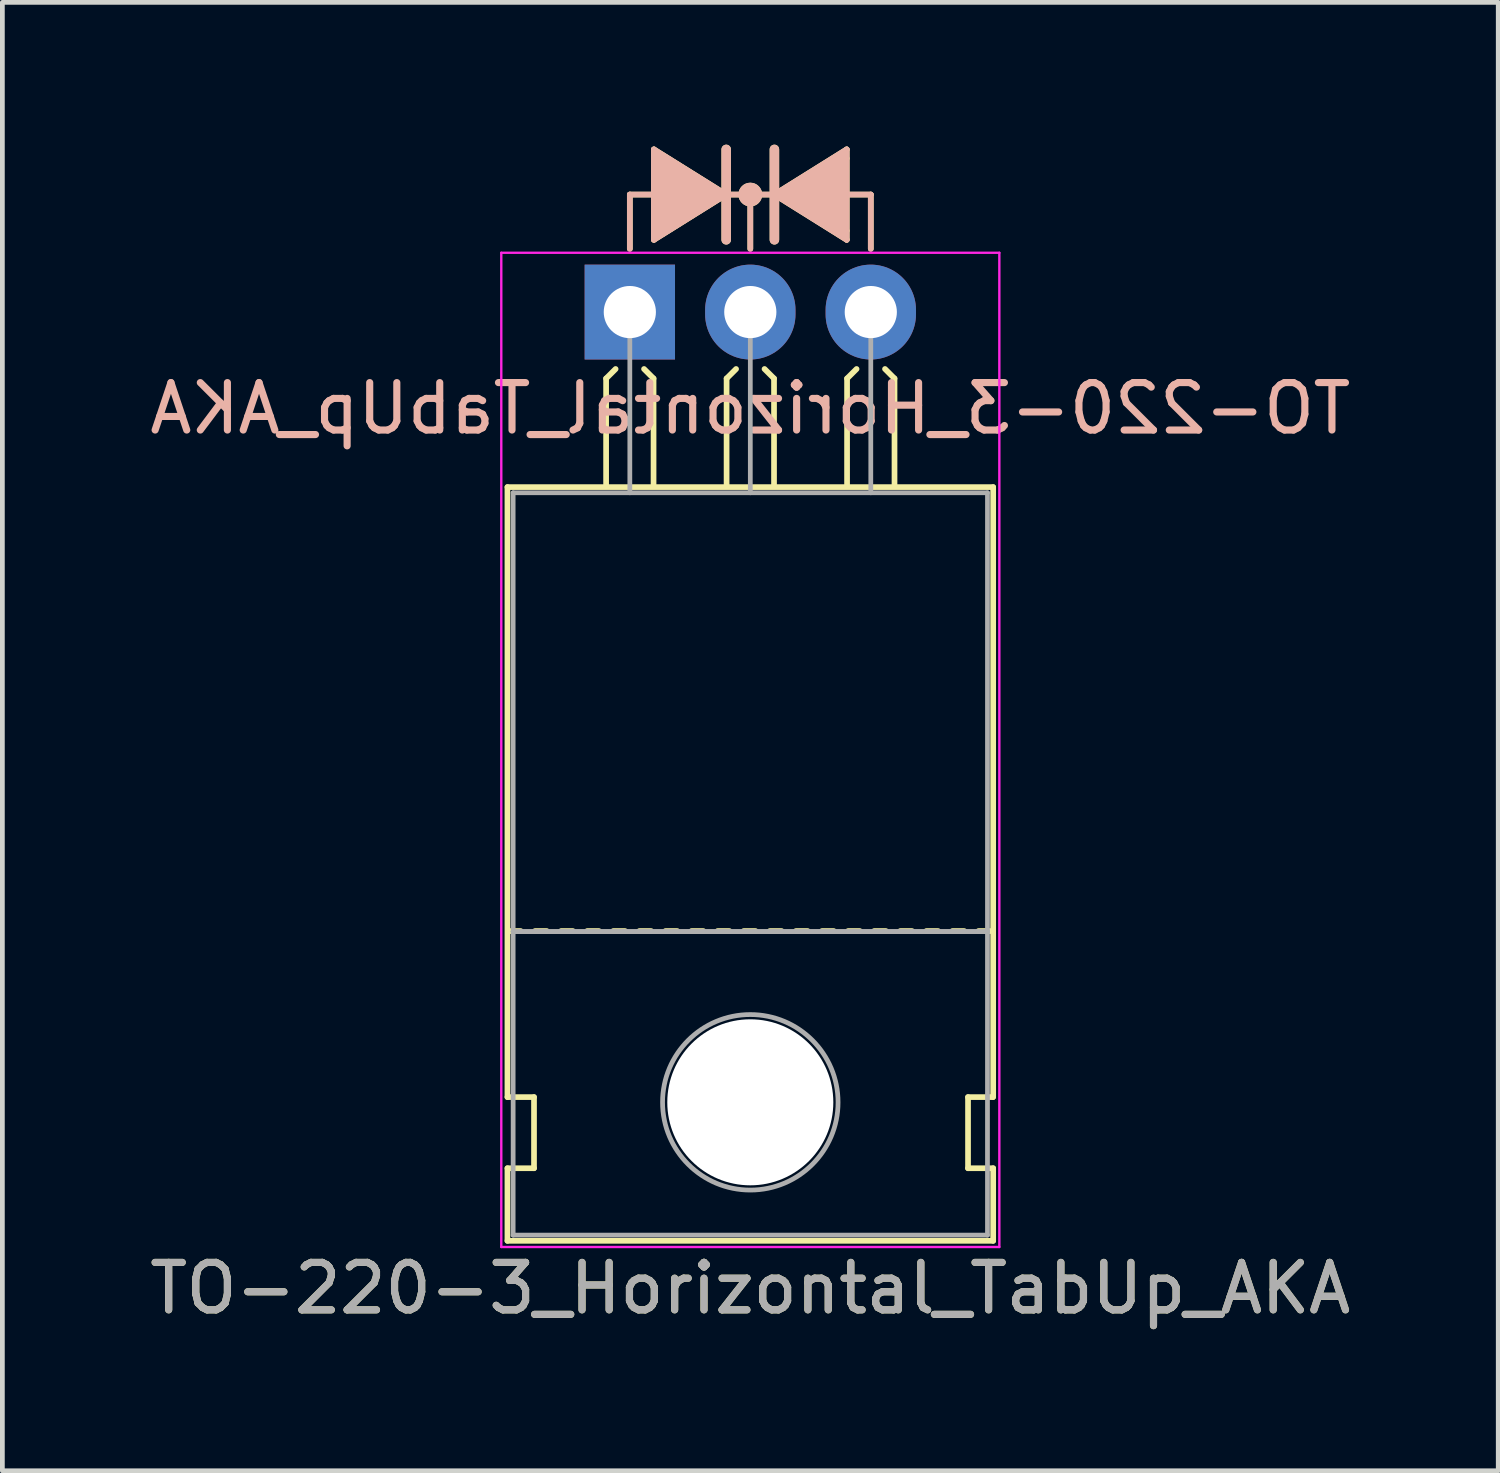
<source format=kicad_pcb>
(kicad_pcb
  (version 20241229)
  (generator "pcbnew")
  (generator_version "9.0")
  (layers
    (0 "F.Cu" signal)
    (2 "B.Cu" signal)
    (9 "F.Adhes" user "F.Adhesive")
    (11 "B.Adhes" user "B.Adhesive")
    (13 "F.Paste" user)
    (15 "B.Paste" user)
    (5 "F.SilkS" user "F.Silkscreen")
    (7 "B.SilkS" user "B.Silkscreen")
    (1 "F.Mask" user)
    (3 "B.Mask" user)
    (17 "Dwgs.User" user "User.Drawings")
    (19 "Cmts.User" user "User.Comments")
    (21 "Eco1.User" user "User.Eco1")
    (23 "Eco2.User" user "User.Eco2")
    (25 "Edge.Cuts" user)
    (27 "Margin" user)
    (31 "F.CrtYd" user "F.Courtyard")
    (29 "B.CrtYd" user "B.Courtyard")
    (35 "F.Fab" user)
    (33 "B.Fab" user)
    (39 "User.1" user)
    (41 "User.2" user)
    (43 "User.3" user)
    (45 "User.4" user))
  (footprint "TO-220-3_Horizontal_TabUp_AKA"
    (layer "F.Cu")
    (at 10.228 3.529)
    (property "Reference" "TO-220-3_Horizontal_TabUp_AKA" (at 2.54 20.58 0) (layer "F.SilkS") (effects (font (size 1 1) (thickness 0.15))))
    (fp_line (start -2.58 16.55) (end -2.58 3.69) (stroke (width 0.12) (type solid)) (layer "F.SilkS"))
    (fp_line (start -2.58 16.55) (end -2.02 16.55) (stroke (width 0.12) (type solid)) (layer "F.SilkS"))
    (fp_line (start -2.58 19.58) (end -2.58 18.05) (stroke (width 0.12) (type solid)) (layer "F.SilkS"))
    (fp_line (start -2.3 13.05) (end -2.55 13.05) (stroke (width 0.12) (type solid)) (layer "F.SilkS"))
    (fp_line (start -2.02 16.55) (end -2.02 18.05) (stroke (width 0.12) (type solid)) (layer "F.SilkS"))
    (fp_line (start -2.02 18.05) (end -2.58 18.05) (stroke (width 0.12) (type solid)) (layer "F.SilkS"))
    (fp_line (start -1.75 13.05) (end -2 13.05) (stroke (width 0.12) (type solid)) (layer "F.SilkS"))
    (fp_line (start -1.2 13.05) (end -1.45 13.05) (stroke (width 0.12) (type solid)) (layer "F.SilkS"))
    (fp_line (start -0.65 13.05) (end -0.9 13.05) (stroke (width 0.12) (type solid)) (layer "F.SilkS"))
    (fp_line (start -0.5 1.4) (end -0.3 1.2) (stroke (width 0.12) (type solid)) (layer "F.SilkS"))
    (fp_line (start -0.5 3.65) (end -0.5 1.4) (stroke (width 0.12) (type solid)) (layer "F.SilkS"))
    (fp_line (start -0.1 13.05) (end -0.35 13.05) (stroke (width 0.12) (type solid)) (layer "F.SilkS"))
    (fp_line (start 0 -2.477) (end 0.508 -2.477) (stroke (width 0.12) (type solid)) (layer "F.SilkS"))
    (fp_line (start 0 -1.333) (end 0 -2.477) (stroke (width 0.12) (type solid)) (layer "F.SilkS"))
    (fp_line (start 0.45 13.05) (end 0.2 13.05) (stroke (width 0.12) (type solid)) (layer "F.SilkS"))
    (fp_line (start 0.5 1.4) (end 0.3 1.2) (stroke (width 0.12) (type solid)) (layer "F.SilkS"))
    (fp_line (start 0.5 3.65) (end 0.5 1.4) (stroke (width 0.12) (type solid)) (layer "F.SilkS"))
    (fp_line (start 0.508 -3.429) (end 0.508 -1.524) (stroke (width 0.12) (type solid)) (layer "F.SilkS"))
    (fp_line (start 0.508 -1.524) (end 2.032 -2.477) (stroke (width 0.12) (type solid)) (layer "F.SilkS"))
    (fp_line (start 1 13.05) (end 0.75 13.05) (stroke (width 0.12) (type solid)) (layer "F.SilkS"))
    (fp_line (start 1.55 13.05) (end 1.3 13.05) (stroke (width 0.12) (type solid)) (layer "F.SilkS"))
    (fp_line (start 2.032 -2.477) (end 0.508 -3.429) (stroke (width 0.12) (type solid)) (layer "F.SilkS"))
    (fp_line (start 2.032 -1.524) (end 2.032 -3.429) (stroke (width 0.2) (type solid)) (layer "F.SilkS"))
    (fp_line (start 2.04 1.4) (end 2.24 1.2) (stroke (width 0.12) (type solid)) (layer "F.SilkS"))
    (fp_line (start 2.04 3.65) (end 2.04 1.4) (stroke (width 0.12) (type solid)) (layer "F.SilkS"))
    (fp_line (start 2.1 13.05) (end 1.85 13.05) (stroke (width 0.12) (type solid)) (layer "F.SilkS"))
    (fp_line (start 2.54 -2.477) (end 2.032 -2.477) (stroke (width 0.12) (type solid)) (layer "F.SilkS"))
    (fp_line (start 2.54 -2.477) (end 3.048 -2.477) (stroke (width 0.12) (type solid)) (layer "F.SilkS"))
    (fp_line (start 2.54 -1.333) (end 2.54 -2.477) (stroke (width 0.12) (type solid)) (layer "F.SilkS"))
    (fp_line (start 2.65 13.05) (end 2.4 13.05) (stroke (width 0.12) (type solid)) (layer "F.SilkS"))
    (fp_line (start 3.04 1.4) (end 2.84 1.2) (stroke (width 0.12) (type solid)) (layer "F.SilkS"))
    (fp_line (start 3.04 3.65) (end 3.04 1.4) (stroke (width 0.12) (type solid)) (layer "F.SilkS"))
    (fp_line (start 3.048 -3.429) (end 3.048 -1.524) (stroke (width 0.2) (type solid)) (layer "F.SilkS"))
    (fp_line (start 3.048 -2.477) (end 4.572 -3.429) (stroke (width 0.12) (type solid)) (layer "F.SilkS"))
    (fp_line (start 3.048 -2.477) (end 4.572 -1.524) (stroke (width 0.12) (type solid)) (layer "F.SilkS"))
    (fp_line (start 3.2 13.05) (end 2.95 13.05) (stroke (width 0.12) (type solid)) (layer "F.SilkS"))
    (fp_line (start 3.75 13.05) (end 3.5 13.05) (stroke (width 0.12) (type solid)) (layer "F.SilkS"))
    (fp_line (start 4.3 13.05) (end 4.05 13.05) (stroke (width 0.12) (type solid)) (layer "F.SilkS"))
    (fp_line (start 4.572 -3.239) (end 4.572 -3.429) (stroke (width 0.12) (type solid)) (layer "F.SilkS"))
    (fp_line (start 4.572 -1.714) (end 4.572 -3.239) (stroke (width 0.12) (type solid)) (layer "F.SilkS"))
    (fp_line (start 4.572 -1.714) (end 4.572 -1.524) (stroke (width 0.12) (type solid)) (layer "F.SilkS"))
    (fp_line (start 4.58 1.4) (end 4.78 1.2) (stroke (width 0.12) (type solid)) (layer "F.SilkS"))
    (fp_line (start 4.58 3.65) (end 4.58 1.4) (stroke (width 0.12) (type solid)) (layer "F.SilkS"))
    (fp_line (start 4.85 13.05) (end 4.6 13.05) (stroke (width 0.12) (type solid)) (layer "F.SilkS"))
    (fp_line (start 5.08 -2.477) (end 4.572 -2.477) (stroke (width 0.12) (type solid)) (layer "F.SilkS"))
    (fp_line (start 5.08 -1.333) (end 5.08 -2.477) (stroke (width 0.12) (type solid)) (layer "F.SilkS"))
    (fp_line (start 5.4 13.05) (end 5.15 13.05) (stroke (width 0.12) (type solid)) (layer "F.SilkS"))
    (fp_line (start 5.58 1.4) (end 5.38 1.2) (stroke (width 0.12) (type solid)) (layer "F.SilkS"))
    (fp_line (start 5.58 3.65) (end 5.58 1.4) (stroke (width 0.12) (type solid)) (layer "F.SilkS"))
    (fp_line (start 5.95 13.05) (end 5.7 13.05) (stroke (width 0.12) (type solid)) (layer "F.SilkS"))
    (fp_line (start 6.5 13.05) (end 6.25 13.05) (stroke (width 0.12) (type solid)) (layer "F.SilkS"))
    (fp_line (start 7.05 13.05) (end 6.8 13.05) (stroke (width 0.12) (type solid)) (layer "F.SilkS"))
    (fp_line (start 7.13 16.55) (end 7.655 16.55) (stroke (width 0.12) (type solid)) (layer "F.SilkS"))
    (fp_line (start 7.13 18.05) (end 7.13 16.55) (stroke (width 0.12) (type solid)) (layer "F.SilkS"))
    (fp_line (start 7.6 13.05) (end 7.35 13.05) (stroke (width 0.12) (type solid)) (layer "F.SilkS"))
    (fp_line (start 7.66 3.69) (end -2.58 3.69) (stroke (width 0.12) (type solid)) (layer "F.SilkS"))
    (fp_line (start 7.66 16.55) (end 7.66 3.69) (stroke (width 0.12) (type solid)) (layer "F.SilkS"))
    (fp_line (start 7.66 18.05) (end 7.13 18.05) (stroke (width 0.12) (type solid)) (layer "F.SilkS"))
    (fp_line (start 7.66 19.58) (end -2.58 19.58) (stroke (width 0.12) (type solid)) (layer "F.SilkS"))
    (fp_line (start 7.66 19.58) (end 7.66 18.05) (stroke (width 0.12) (type solid)) (layer "F.SilkS"))
    (fp_circle (center 2.54 -2.477) (end 2.54 -2.667) (stroke (width 0.12) (type solid)) (fill no) (layer "F.SilkS"))
    (fp_circle (center 2.54 -2.477) (end 2.54 -2.603) (stroke (width 0.12) (type solid)) (fill no) (layer "F.SilkS"))
    (fp_circle (center 2.54 -2.477) (end 2.54 -2.54) (stroke (width 0.12) (type solid)) (fill no) (layer "F.SilkS"))
    (fp_poly (pts (xy 0.508 -3.429) (xy 2.032 -2.477) (xy 0.508 -1.524)) (stroke (width 0.1) (type solid)) (fill yes) (layer "F.SilkS"))
    (fp_poly (pts (xy 3.048 -2.477) (xy 4.572 -3.429) (xy 4.572 -1.524)) (stroke (width 0.1) (type solid)) (fill yes) (layer "F.SilkS"))
    (fp_line (start 0 -2.477) (end 0.508 -2.477) (stroke (width 0.12) (type solid)) (layer "B.SilkS"))
    (fp_line (start 0 -1.333) (end 0 -2.477) (stroke (width 0.12) (type solid)) (layer "B.SilkS"))
    (fp_line (start 0.508 -3.239) (end 0.508 -3.429) (stroke (width 0.12) (type solid)) (layer "B.SilkS"))
    (fp_line (start 0.508 -1.714) (end 0.508 -3.239) (stroke (width 0.12) (type solid)) (layer "B.SilkS"))
    (fp_line (start 0.508 -1.714) (end 0.508 -1.524) (stroke (width 0.12) (type solid)) (layer "B.SilkS"))
    (fp_line (start 2.032 -3.429) (end 2.032 -1.524) (stroke (width 0.2) (type solid)) (layer "B.SilkS"))
    (fp_line (start 2.032 -2.477) (end 0.508 -3.429) (stroke (width 0.12) (type solid)) (layer "B.SilkS"))
    (fp_line (start 2.032 -2.477) (end 0.508 -1.524) (stroke (width 0.12) (type solid)) (layer "B.SilkS"))
    (fp_line (start 2.54 -2.477) (end 2.032 -2.477) (stroke (width 0.12) (type solid)) (layer "B.SilkS"))
    (fp_line (start 2.54 -2.477) (end 3.048 -2.477) (stroke (width 0.12) (type solid)) (layer "B.SilkS"))
    (fp_line (start 2.54 -1.333) (end 2.54 -2.477) (stroke (width 0.12) (type solid)) (layer "B.SilkS"))
    (fp_line (start 3.048 -2.477) (end 4.572 -3.429) (stroke (width 0.12) (type solid)) (layer "B.SilkS"))
    (fp_line (start 3.048 -1.524) (end 3.048 -3.429) (stroke (width 0.2) (type solid)) (layer "B.SilkS"))
    (fp_line (start 4.572 -3.429) (end 4.572 -1.524) (stroke (width 0.12) (type solid)) (layer "B.SilkS"))
    (fp_line (start 4.572 -1.524) (end 3.048 -2.477) (stroke (width 0.12) (type solid)) (layer "B.SilkS"))
    (fp_line (start 5.08 -2.477) (end 4.572 -2.477) (stroke (width 0.12) (type solid)) (layer "B.SilkS"))
    (fp_line (start 5.08 -1.333) (end 5.08 -2.477) (stroke (width 0.12) (type solid)) (layer "B.SilkS"))
    (fp_circle (center 2.54 -2.477) (end 2.54 -2.667) (stroke (width 0.12) (type solid)) (fill no) (layer "B.SilkS"))
    (fp_circle (center 2.54 -2.477) (end 2.54 -2.603) (stroke (width 0.12) (type solid)) (fill no) (layer "B.SilkS"))
    (fp_circle (center 2.54 -2.477) (end 2.54 -2.54) (stroke (width 0.12) (type solid)) (fill no) (layer "B.SilkS"))
    (fp_poly (pts (xy 2.032 -2.477) (xy 0.508 -3.429) (xy 0.508 -1.524)) (stroke (width 0.1) (type solid)) (fill yes) (layer "B.SilkS"))
    (fp_poly (pts (xy 4.572 -3.429) (xy 3.048 -2.477) (xy 4.572 -1.524)) (stroke (width 0.1) (type solid)) (fill yes) (layer "B.SilkS"))
    (fp_line (start -2.71 -1.25) (end -2.71 19.71) (stroke (width 0.05) (type solid)) (layer "F.CrtYd"))
    (fp_line (start -2.71 19.71) (end 7.79 19.71) (stroke (width 0.05) (type solid)) (layer "F.CrtYd"))
    (fp_line (start 7.79 -1.25) (end -2.71 -1.25) (stroke (width 0.05) (type solid)) (layer "F.CrtYd"))
    (fp_line (start 7.79 19.71) (end 7.79 -1.25) (stroke (width 0.05) (type solid)) (layer "F.CrtYd"))
    (fp_line (start -2.46 3.81) (end -2.46 13.06) (stroke (width 0.1) (type solid)) (layer "F.Fab"))
    (fp_line (start -2.46 13.06) (end -2.46 19.46) (stroke (width 0.1) (type solid)) (layer "F.Fab"))
    (fp_line (start -2.46 13.06) (end 7.54 13.06) (stroke (width 0.1) (type solid)) (layer "F.Fab"))
    (fp_line (start -2.46 19.46) (end 7.54 19.46) (stroke (width 0.1) (type solid)) (layer "F.Fab"))
    (fp_line (start 0 3.81) (end 0 0) (stroke (width 0.1) (type solid)) (layer "F.Fab"))
    (fp_line (start 2.54 3.81) (end 2.54 0) (stroke (width 0.1) (type solid)) (layer "F.Fab"))
    (fp_line (start 5.08 3.81) (end 5.08 0) (stroke (width 0.1) (type solid)) (layer "F.Fab"))
    (fp_line (start 7.54 3.81) (end -2.46 3.81) (stroke (width 0.1) (type solid)) (layer "F.Fab"))
    (fp_line (start 7.54 13.06) (end -2.46 13.06) (stroke (width 0.1) (type solid)) (layer "F.Fab"))
    (fp_line (start 7.54 13.06) (end 7.54 3.81) (stroke (width 0.1) (type solid)) (layer "F.Fab"))
    (fp_line (start 7.54 19.46) (end 7.54 13.06) (stroke (width 0.1) (type solid)) (layer "F.Fab"))
    (fp_circle (center 2.54 16.66) (end 4.39 16.66) (stroke (width 0.1) (type solid)) (fill no) (layer "F.Fab"))
    (fp_text user "${REFERENCE}" (at 2.54 2.032 0) (layer "B.SilkS") (effects (font (size 1 1) (thickness 0.15)) (justify mirror)))
    (fp_text user "${REFERENCE}" (at 2.54 20.58 0) (layer "F.Fab") (effects (font (size 1 1) (thickness 0.15))))
    (pad "" np_thru_hole oval (at 2.54 16.66) (size 3.5 3.5) (drill 3.5) (layers "*.Cu" "*.Mask"))
    (pad "1" thru_hole rect (at 0 0) (size 1.905 2) (drill 1.1) (layers "*.Cu" "*.Mask"))
    (pad "2" thru_hole oval (at 2.54 0) (size 1.905 2) (drill 1.1) (layers "*.Cu" "*.Mask"))
    (pad "3" thru_hole oval (at 5.08 0) (size 1.905 2) (drill 1.1) (layers "*.Cu" "*.Mask")))
  (gr_rect
    (start -3 -3)
    (end 28.536 27.957)
    (stroke (width 0.1) (type default))
    (fill no)
    (layer "Edge.Cuts")))
</source>
